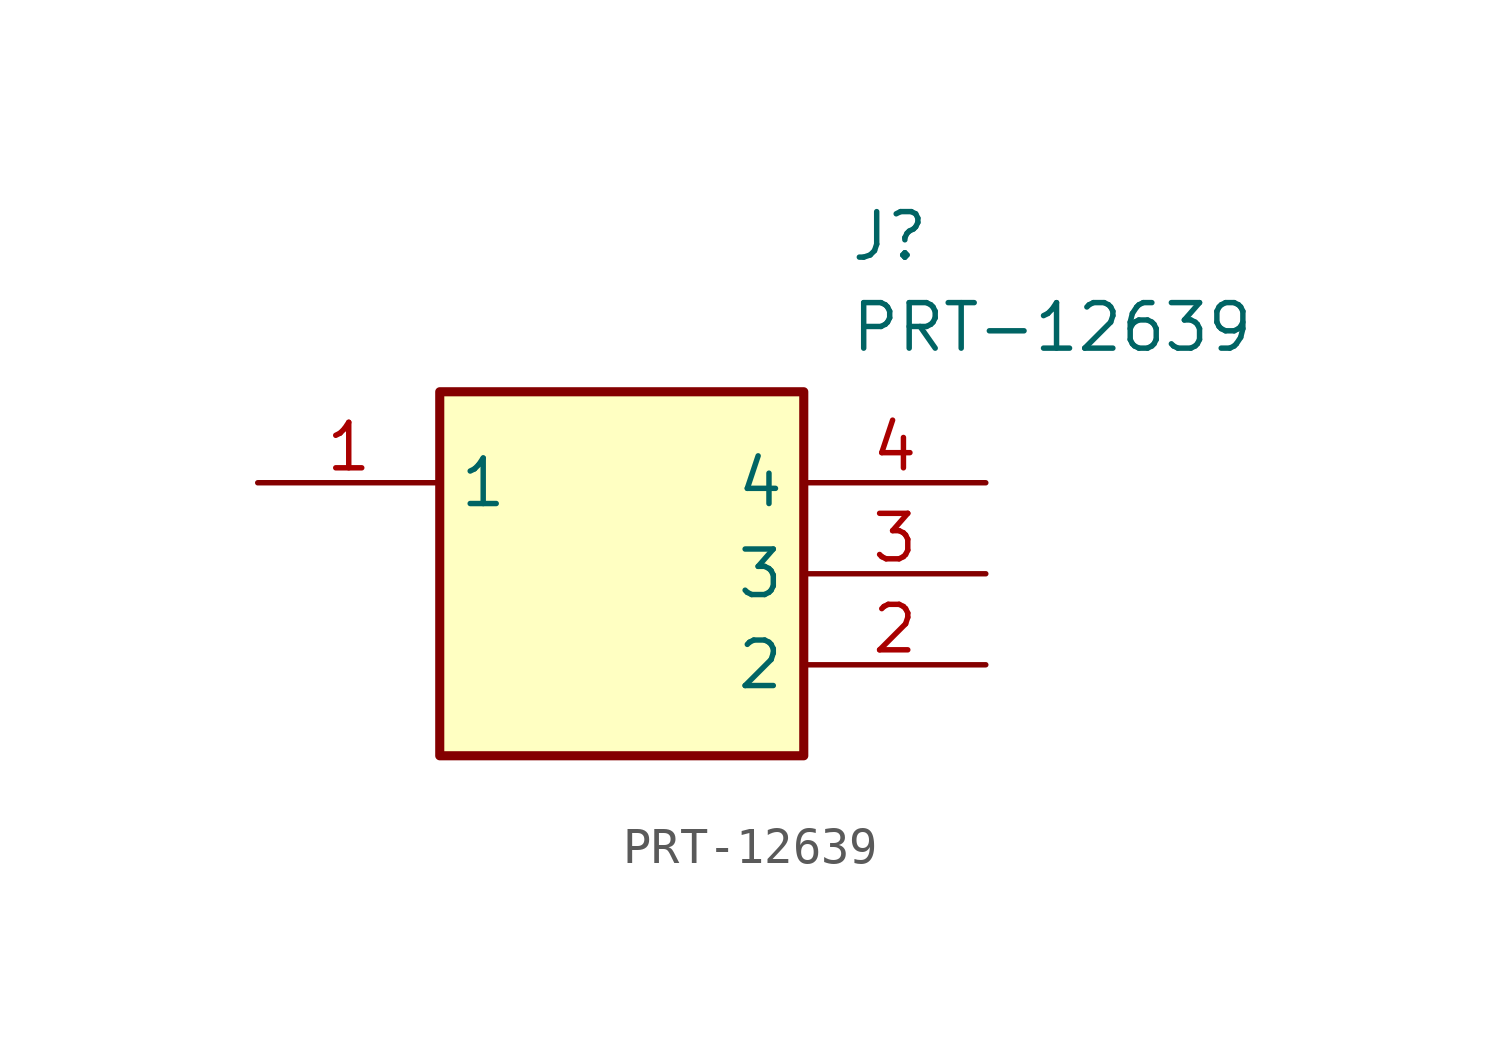
<source format=kicad_sym>
(kicad_symbol_lib
  (version 20211014)
  (generator SamacSys_ECAD_Model)
  (symbol "PRT-12639"
    (property "Reference" "J"
      (at 16.51 7.62 0)
      (effects (font (size 1.27 1.27)) (justify left top)))
    (property "Value" "PRT-12639"
      (at 16.51 5.08 0)
      (effects (font (size 1.27 1.27)) (justify left top)))
    (rectangle
      (start 5.08 2.54)
      (end 15.24 -7.62)
      (stroke (width 0.254) (type default))
      (fill (type background)))
    (pin passive line
      (at 0 0 0)
      (length 5.08)
      (name "1" (effects (font (size 1.27 1.27))))
      (number "1" (effects (font (size 1.27 1.27)))))
    (pin passive line
      (at 20.32 -5.08 180)
      (length 5.08)
      (name "2" (effects (font (size 1.27 1.27))))
      (number "2" (effects (font (size 1.27 1.27)))))
    (pin passive line
      (at 20.32 -2.54 180)
      (length 5.08)
      (name "3" (effects (font (size 1.27 1.27))))
      (number "3" (effects (font (size 1.27 1.27)))))
    (pin passive line
      (at 20.32 0 180)
      (length 5.08)
      (name "4" (effects (font (size 1.27 1.27))))
      (number "4" (effects (font (size 1.27 1.27)))))))
</source>
